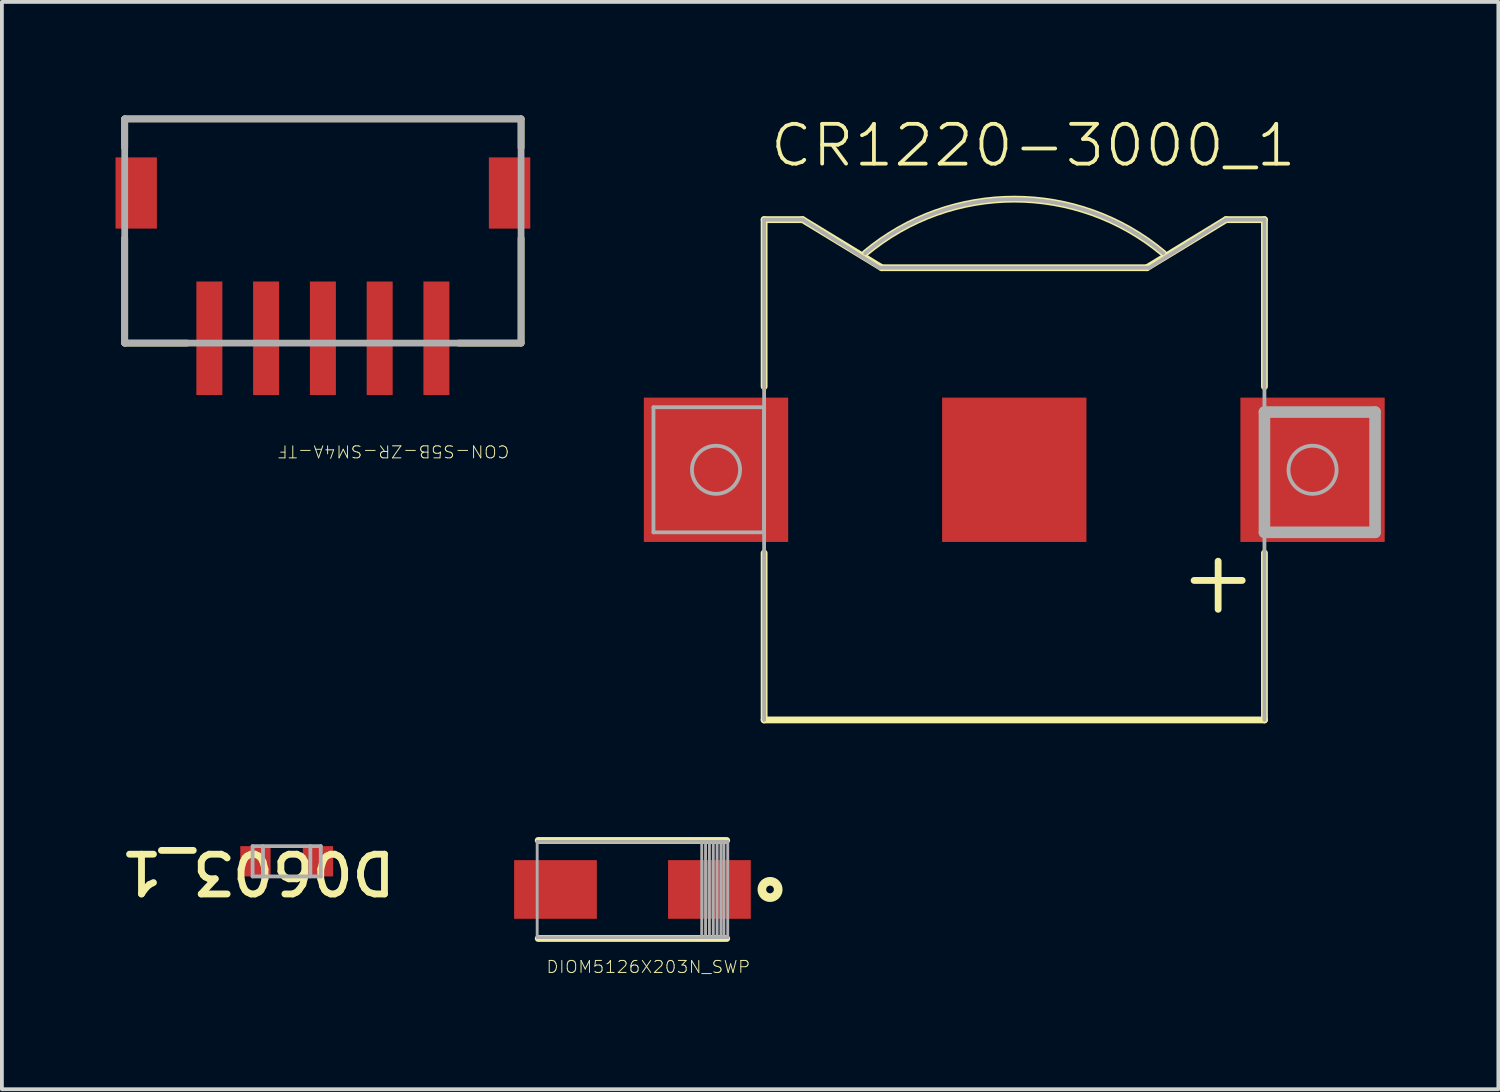
<source format=kicad_pcb>
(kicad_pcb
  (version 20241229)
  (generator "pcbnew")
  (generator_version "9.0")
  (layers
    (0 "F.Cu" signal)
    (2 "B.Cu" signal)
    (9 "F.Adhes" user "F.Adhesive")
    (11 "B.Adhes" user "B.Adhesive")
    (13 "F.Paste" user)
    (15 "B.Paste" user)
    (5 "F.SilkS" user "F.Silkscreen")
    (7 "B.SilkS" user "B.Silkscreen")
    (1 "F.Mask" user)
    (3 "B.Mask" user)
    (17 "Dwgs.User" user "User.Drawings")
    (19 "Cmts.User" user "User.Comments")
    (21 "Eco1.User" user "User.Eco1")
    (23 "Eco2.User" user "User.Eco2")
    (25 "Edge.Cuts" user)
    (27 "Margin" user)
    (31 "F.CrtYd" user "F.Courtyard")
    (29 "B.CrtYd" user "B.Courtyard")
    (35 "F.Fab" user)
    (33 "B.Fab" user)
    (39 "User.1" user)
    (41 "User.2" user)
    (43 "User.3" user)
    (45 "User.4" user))
  (footprint "CR1220-3000_1"
    (layer "F.Cu")
    (at 23.726 9.352)
    (property "Reference" "CR1220-3000_1" (at 0.501 -8.563 0) (unlocked yes) (layer "F.SilkS") (effects (font (size 1.05 1.104) (thickness 0.1))))
    (attr smd)
    (fp_line (start -6.604 -6.604) (end -5.588 -6.604) (stroke (width 0.18) (type solid)) (layer "F.SilkS"))
    (fp_line (start -6.604 -2.197) (end -6.604 -6.604) (stroke (width 0.18) (type solid)) (layer "F.SilkS"))
    (fp_line (start -6.604 6.604) (end -6.604 2.197) (stroke (width 0.18) (type solid)) (layer "F.SilkS"))
    (fp_line (start -6.604 6.604) (end 6.604 6.604) (stroke (width 0.18) (type solid)) (layer "F.SilkS"))
    (fp_line (start -5.588 -6.604) (end -3.5 -5.334) (stroke (width 0.18) (type solid)) (layer "F.SilkS"))
    (fp_line (start -3.5 -5.334) (end 3.5 -5.334) (stroke (width 0.18) (type solid)) (layer "F.SilkS"))
    (fp_line (start 3.5 -5.334) (end 5.588 -6.604) (stroke (width 0.18) (type solid)) (layer "F.SilkS"))
    (fp_line (start 4.747 2.921) (end 6.017 2.921) (stroke (width 0.18) (type solid)) (layer "F.SilkS"))
    (fp_line (start 5.382 3.683) (end 5.382 2.413) (stroke (width 0.18) (type solid)) (layer "F.SilkS"))
    (fp_line (start 5.588 -6.604) (end 6.604 -6.604) (stroke (width 0.18) (type solid)) (layer "F.SilkS"))
    (fp_line (start 6.604 -2.197) (end 6.604 -6.604) (stroke (width 0.18) (type solid)) (layer "F.SilkS"))
    (fp_line (start 6.604 6.604) (end 6.604 2.197) (stroke (width 0.18) (type solid)) (layer "F.SilkS"))
    (fp_arc (start -3.935255 -5.716462) (mid 0 -7.14489) (end 3.935255 -5.716462) (stroke (width 0.18) (type solid)) (layer "F.SilkS"))
    (fp_line (start -9.525 -1.651) (end -6.604 -1.651) (stroke (width 0.1) (type solid)) (layer "F.Fab"))
    (fp_line (start -9.525 1.651) (end -9.525 -1.651) (stroke (width 0.1) (type solid)) (layer "F.Fab"))
    (fp_line (start -9.525 1.651) (end -6.604 1.651) (stroke (width 0.1) (type solid)) (layer "F.Fab"))
    (fp_line (start -6.604 -6.604) (end -5.588 -6.604) (stroke (width 0.1) (type solid)) (layer "F.Fab"))
    (fp_line (start -6.604 1.651) (end -6.604 -1.651) (stroke (width 0.1) (type solid)) (layer "F.Fab"))
    (fp_line (start -6.604 6.604) (end -6.604 -6.604) (stroke (width 0.1) (type solid)) (layer "F.Fab"))
    (fp_line (start -5.588 -6.604) (end -3.556 -5.334) (stroke (width 0.1) (type solid)) (layer "F.Fab"))
    (fp_line (start -3.556 -5.334) (end 3.556 -5.334) (stroke (width 0.1) (type solid)) (layer "F.Fab"))
    (fp_line (start 3.556 -5.334) (end 5.588 -6.604) (stroke (width 0.1) (type solid)) (layer "F.Fab"))
    (fp_line (start 5.588 -6.604) (end 6.604 -6.604) (stroke (width 0.1) (type solid)) (layer "F.Fab"))
    (fp_line (start 6.604 -1.524) (end 9.525 -1.524) (stroke (width 0.305) (type solid)) (layer "F.Fab"))
    (fp_line (start 6.604 1.651) (end 6.604 -1.524) (stroke (width 0.305) (type solid)) (layer "F.Fab"))
    (fp_line (start 6.604 1.651) (end 9.525 1.651) (stroke (width 0.305) (type solid)) (layer "F.Fab"))
    (fp_line (start 6.604 6.604) (end 6.604 -6.604) (stroke (width 0.1) (type solid)) (layer "F.Fab"))
    (fp_line (start 9.525 1.651) (end 9.525 -1.524) (stroke (width 0.305) (type solid)) (layer "F.Fab"))
    (fp_arc (start -3.935255 -5.716462) (mid 0 -7.14489) (end 3.935255 -5.716462) (stroke (width 0.1) (type solid)) (layer "F.Fab"))
    (fp_circle (center -7.874 0) (end -7.239 0) (stroke (width 0.1) (type solid)) (fill no) (layer "F.Fab"))
    (fp_circle (center 7.874 0) (end 8.509 0) (stroke (width 0.1) (type solid)) (fill no) (layer "F.Fab"))
    (pad "+" smd rect (at 7.874 0) (size 3.81 3.81) (layers "F.Cu" "F.Mask" "F.Paste"))
    (pad "-" smd rect (at 0 0) (size 3.81 3.81) (layers "F.Cu" "F.Mask" "F.Paste"))
    (pad "3" smd rect (at -7.874 0) (size 3.81 3.81) (layers "F.Cu" "F.Mask" "F.Paste")))
  (footprint "DIOM5126X203N_SWP"
    (layer "F.Cu")
    (at 13.646 20.431)
    (property "Reference" "DIOM5126X203N_SWP" (at 0.419 2.045 0) (unlocked yes) (layer "F.SilkS") (effects (font (size 0.317 0.333) (thickness 0.025))))
    (attr smd)
    (fp_line (start 2.489 -1.295) (end -2.489 -1.295) (stroke (width 0.178) (type solid)) (layer "F.SilkS"))
    (fp_line (start 2.489 1.295) (end -2.489 1.295) (stroke (width 0.178) (type solid)) (layer "F.SilkS"))
    (fp_arc (start 3.5306 0) (mid 3.7338 0) (end 3.5306 0) (stroke (width 0.2286) (type solid)) (layer "F.SilkS"))
    (fp_line (start -2.515 -1.27) (end -2.515 1.27) (stroke (width 0.076) (type solid)) (layer "F.Fab"))
    (fp_line (start 1.829 -1.27) (end 1.829 1.27) (stroke (width 0.076) (type solid)) (layer "F.Fab"))
    (fp_line (start 1.93 -1.27) (end 1.93 1.27) (stroke (width 0.076) (type solid)) (layer "F.Fab"))
    (fp_line (start 2.032 -1.27) (end 2.032 1.27) (stroke (width 0.076) (type solid)) (layer "F.Fab"))
    (fp_line (start 2.134 -1.27) (end 2.134 1.27) (stroke (width 0.076) (type solid)) (layer "F.Fab"))
    (fp_line (start 2.235 -1.27) (end 2.235 1.27) (stroke (width 0.076) (type solid)) (layer "F.Fab"))
    (fp_line (start 2.337 -1.27) (end 2.337 1.27) (stroke (width 0.076) (type solid)) (layer "F.Fab"))
    (fp_line (start 2.413 -1.27) (end 2.413 1.27) (stroke (width 0.076) (type solid)) (layer "F.Fab"))
    (fp_line (start 2.515 -1.27) (end -2.515 -1.27) (stroke (width 0.076) (type solid)) (layer "F.Fab"))
    (fp_line (start 2.515 -1.27) (end 2.515 1.27) (stroke (width 0.076) (type solid)) (layer "F.Fab"))
    (fp_line (start 2.515 1.27) (end -2.515 1.27) (stroke (width 0.076) (type solid)) (layer "F.Fab"))
    (pad "1" smd rect (at -2.032 0) (size 2.184 1.549) (layers "F.Cu" "F.Mask" "F.Paste"))
    (pad "2" smd rect (at 2.032 0) (size 2.184 1.549) (layers "F.Cu" "F.Mask" "F.Paste")))
  (footprint "D0603_1"
    (layer "F.Cu")
    (at 4.518 19.687)
    (property "Reference" "D0603_1" (at -0.757 0.289 180) (unlocked yes) (layer "F.SilkS") (effects (font (size 1.05 1.104) (thickness 0.18))))
    (attr smd)
    (fp_line (start -0.9 -0.4) (end 0.9 -0.4) (stroke (width 0.1) (type solid)) (layer "F.Fab"))
    (fp_line (start -0.9 0.4) (end -0.9 -0.4) (stroke (width 0.1) (type solid)) (layer "F.Fab"))
    (fp_line (start -0.9 0.4) (end 0.9 0.4) (stroke (width 0.1) (type solid)) (layer "F.Fab"))
    (fp_line (start -0.625 0.4) (end -0.625 -0.4) (stroke (width 0.1) (type solid)) (layer "F.Fab"))
    (fp_line (start 0.625 0.4) (end 0.625 -0.4) (stroke (width 0.1) (type solid)) (layer "F.Fab"))
    (fp_line (start 0.9 0.4) (end 0.9 -0.4) (stroke (width 0.1) (type solid)) (layer "F.Fab"))
    (pad "A" smd rect (at -0.825 0) (size 0.8 0.8) (layers "F.Cu" "F.Mask" "F.Paste"))
    (pad "K" smd rect (at 0.825 0) (size 0.8 0.8) (layers "F.Cu" "F.Mask" "F.Paste")))
  (footprint "CON-S5B-ZR-SM4A-TF"
    (layer "F.Cu")
    (at 5.474 5.88)
    (property "Reference" "CON-S5B-ZR-SM4A-TF" (at 1.861 2.985 180) (unlocked yes) (layer "F.SilkS") (effects (font (size 0.317 0.333) (thickness 0.025))))
    (attr smd)
    (fp_line (start -5.232 -5.791) (end -5.232 -5.029) (stroke (width 0.178) (type solid)) (layer "F.SilkS"))
    (fp_line (start -5.232 -2.642) (end -5.232 0.127) (stroke (width 0.178) (type solid)) (layer "F.SilkS"))
    (fp_line (start -3.581 0.127) (end -5.232 0.127) (stroke (width 0.178) (type solid)) (layer "F.SilkS"))
    (fp_line (start 5.232 -5.791) (end -5.232 -5.791) (stroke (width 0.178) (type solid)) (layer "F.SilkS"))
    (fp_line (start 5.232 -5.791) (end 5.232 -5.029) (stroke (width 0.178) (type solid)) (layer "F.SilkS"))
    (fp_line (start 5.232 -2.642) (end 5.232 0.127) (stroke (width 0.178) (type solid)) (layer "F.SilkS"))
    (fp_line (start 5.232 0.127) (end 3.581 0.127) (stroke (width 0.178) (type solid)) (layer "F.SilkS"))
    (fp_line (start -5.232 -5.791) (end -5.232 0.127) (stroke (width 0.178) (type solid)) (layer "F.Fab"))
    (fp_line (start 5.232 -5.791) (end -5.232 -5.791) (stroke (width 0.178) (type solid)) (layer "F.Fab"))
    (fp_line (start 5.232 -5.791) (end 5.232 0.127) (stroke (width 0.178) (type solid)) (layer "F.Fab"))
    (fp_line (start 5.232 0.127) (end -5.232 0.127) (stroke (width 0.178) (type solid)) (layer "F.Fab"))
    (pad "1" smd rect (at 2.997 0 90) (size 2.997 0.686) (layers "F.Cu" "F.Mask" "F.Paste"))
    (pad "2" smd rect (at 1.499 0 90) (size 2.997 0.686) (layers "F.Cu" "F.Mask" "F.Paste"))
    (pad "3" smd rect (at 0 0 90) (size 2.997 0.686) (layers "F.Cu" "F.Mask" "F.Paste"))
    (pad "4" smd rect (at -1.499 0 90) (size 2.997 0.686) (layers "F.Cu" "F.Mask" "F.Paste"))
    (pad "5" smd rect (at -2.997 0 90) (size 2.997 0.686) (layers "F.Cu" "F.Mask" "F.Paste"))
    (pad "6" smd rect (at 4.928 -3.835 90) (size 1.88 1.092) (layers "F.Cu" "F.Mask" "F.Paste"))
    (pad "7" smd rect (at -4.928 -3.835 90) (size 1.88 1.092) (layers "F.Cu" "F.Mask" "F.Paste")))
  (gr_rect
    (start -3 -3)
    (end 36.505 25.705)
    (stroke (width 0.1) (type default))
    (fill no)
    (layer "Edge.Cuts")))
</source>
